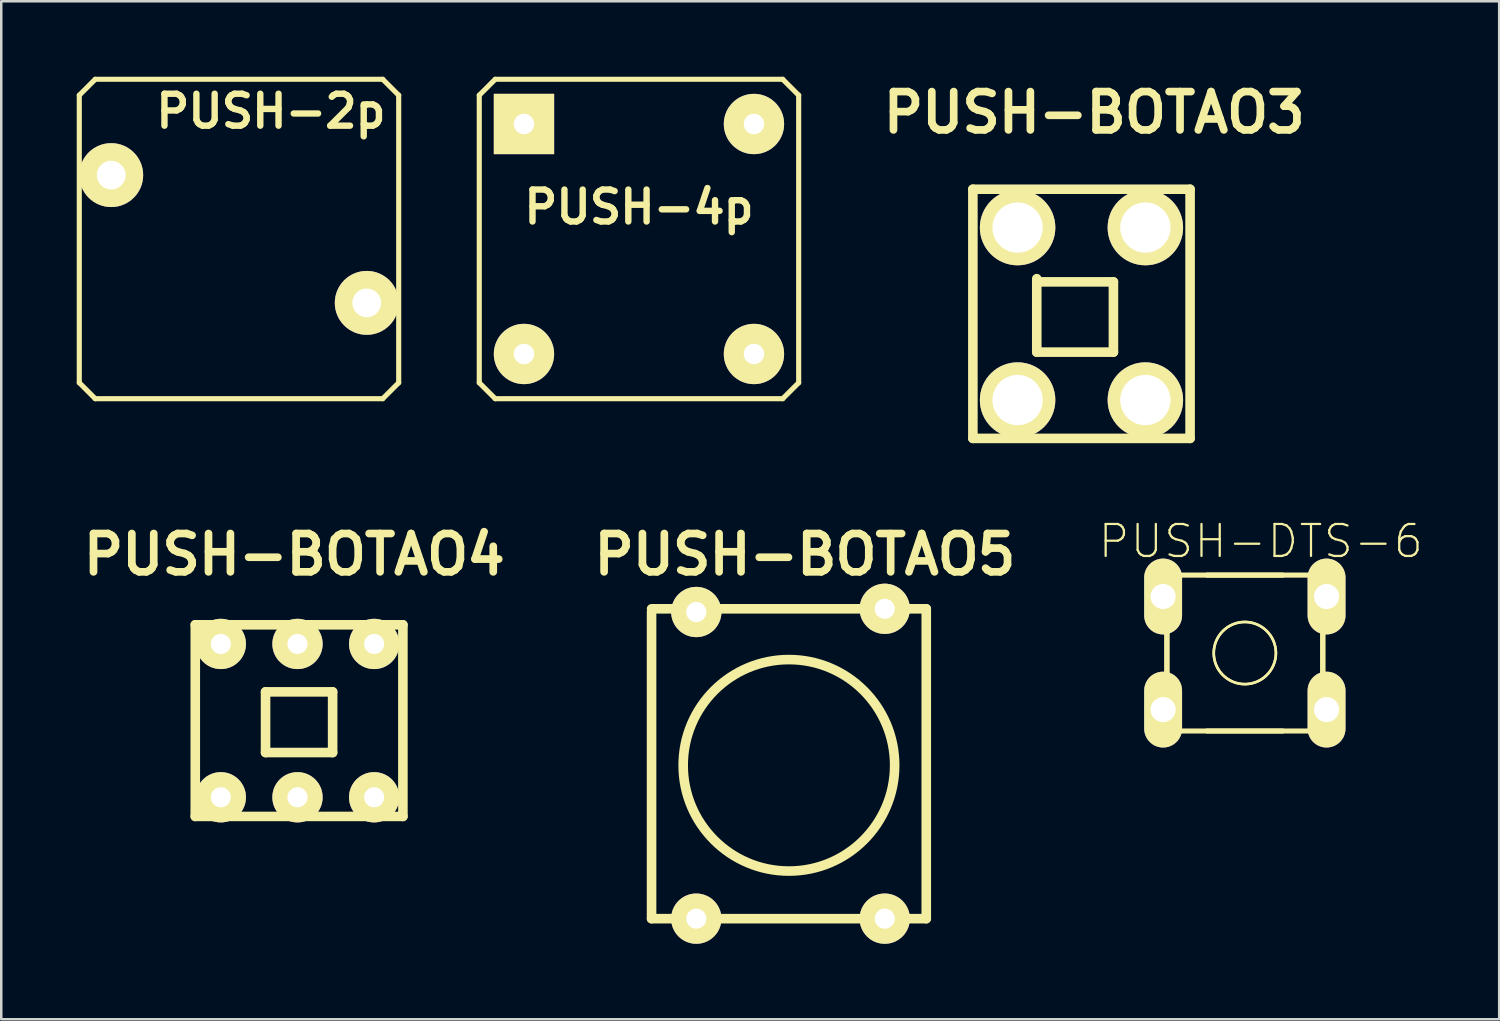
<source format=kicad_pcb>
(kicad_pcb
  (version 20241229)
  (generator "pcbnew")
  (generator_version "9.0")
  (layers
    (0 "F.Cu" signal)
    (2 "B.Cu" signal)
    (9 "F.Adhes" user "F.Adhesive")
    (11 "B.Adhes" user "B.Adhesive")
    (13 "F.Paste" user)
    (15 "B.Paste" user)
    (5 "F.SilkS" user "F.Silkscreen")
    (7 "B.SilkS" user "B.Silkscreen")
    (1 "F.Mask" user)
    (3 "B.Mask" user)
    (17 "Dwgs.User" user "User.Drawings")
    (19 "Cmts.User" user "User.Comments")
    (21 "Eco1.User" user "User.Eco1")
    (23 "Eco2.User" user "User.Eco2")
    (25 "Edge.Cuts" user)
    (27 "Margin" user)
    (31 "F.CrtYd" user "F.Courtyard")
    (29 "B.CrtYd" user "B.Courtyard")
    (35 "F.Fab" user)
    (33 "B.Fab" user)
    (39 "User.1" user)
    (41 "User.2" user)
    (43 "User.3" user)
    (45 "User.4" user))
  (footprint "PUSH-BOTAO3"
    (layer "F.Cu")
    (at 39.949 9.427)
    (property "Reference" "PUSH-BOTAO3" (at 0.508 -8.001 0) (layer "F.SilkS") (effects (font (size 1.524 1.524) (thickness 0.305))))
    (attr through_hole)
    (fp_line (start -4.318 -4.953) (end 4.318 -4.953) (stroke (width 0.381) (type solid)) (layer "F.SilkS"))
    (fp_line (start -4.318 4.953) (end -4.318 -4.953) (stroke (width 0.381) (type solid)) (layer "F.SilkS"))
    (fp_line (start -1.778 -1.397) (end -1.778 1.524) (stroke (width 0.381) (type solid)) (layer "F.SilkS"))
    (fp_line (start -1.778 1.524) (end 1.27 1.524) (stroke (width 0.381) (type solid)) (layer "F.SilkS"))
    (fp_line (start 1.27 -1.27) (end -1.651 -1.27) (stroke (width 0.381) (type solid)) (layer "F.SilkS"))
    (fp_line (start 1.27 1.524) (end 1.27 -1.27) (stroke (width 0.381) (type solid)) (layer "F.SilkS"))
    (fp_line (start 4.318 -4.953) (end 4.318 4.953) (stroke (width 0.381) (type solid)) (layer "F.SilkS"))
    (fp_line (start 4.318 4.953) (end -4.318 4.953) (stroke (width 0.381) (type solid)) (layer "F.SilkS"))
    (pad "1" thru_hole circle (at -2.54 3.429) (size 3 3) (drill 1.999) (layers "*.Cu" "*.Mask" "F.SilkS"))
    (pad "2" thru_hole circle (at 2.54 3.429) (size 3 3) (drill 1.999) (layers "*.Cu" "*.Mask" "F.SilkS"))
    (pad "3" thru_hole circle (at 2.54 -3.429) (size 3 3) (drill 1.999) (layers "*.Cu" "*.Mask" "F.SilkS"))
    (pad "4" thru_hole circle (at -2.54 -3.429) (size 3 3) (drill 1.999) (layers "*.Cu" "*.Mask" "F.SilkS")))
  (footprint "PUSH-DTS-6"
    (layer "F.Cu")
    (at 46.444 22.915)
    (property "Reference" "PUSH-DTS-6" (at 0.635 -4.445 0) (layer "F.SilkS") (effects (font (size 1.27 1.27) (thickness 0.089))))
    (attr exclude_from_pos_files exclude_from_bom)
    (fp_line (start -3.099 -3.099) (end 3.099 -3.099) (stroke (width 0.203) (type solid)) (layer "F.SilkS"))
    (fp_line (start -3.099 0.998) (end -3.099 -0.998) (stroke (width 0.203) (type solid)) (layer "F.SilkS"))
    (fp_line (start -3.099 3.099) (end -3.099 -3.099) (stroke (width 0.203) (type solid)) (layer "F.SilkS"))
    (fp_line (start 1.499 -3.099) (end -1.499 -3.099) (stroke (width 0.203) (type solid)) (layer "F.SilkS"))
    (fp_line (start 1.499 3.099) (end -1.499 3.099) (stroke (width 0.203) (type solid)) (layer "F.SilkS"))
    (fp_line (start 3.099 -3.099) (end 3.099 3.099) (stroke (width 0.203) (type solid)) (layer "F.SilkS"))
    (fp_line (start 3.099 0.998) (end 3.099 -0.998) (stroke (width 0.203) (type solid)) (layer "F.SilkS"))
    (fp_line (start 3.099 3.099) (end -3.099 3.099) (stroke (width 0.203) (type solid)) (layer "F.SilkS"))
    (fp_circle (center 0 0) (end -0.874 0.874) (stroke (width 0.102) (type solid)) (fill no) (layer "F.SilkS"))
    (fp_circle (center 0 0) (end -0.874 0.874) (stroke (width 0.102) (type solid)) (fill no) (layer "F.SilkS"))
    (pad "1" thru_hole oval (at -3.249 -2.248) (size 1.506 3.015) (drill 0.998) (layers "*.Cu" "F.Mask" "F.SilkS" "F.Paste"))
    (pad "2" thru_hole oval (at 3.249 -2.248) (size 1.506 3.015) (drill 0.998) (layers "*.Cu" "F.Mask" "F.SilkS" "F.Paste"))
    (pad "3" thru_hole oval (at -3.249 2.248) (size 1.506 3.015) (drill 0.998) (layers "*.Cu" "F.Mask" "F.SilkS" "F.Paste"))
    (pad "4" thru_hole oval (at 3.249 2.248) (size 1.506 3.015) (drill 0.998) (layers "*.Cu" "F.Mask" "F.SilkS" "F.Paste")))
  (footprint "PUSH-BOTAO5"
    (layer "F.Cu")
    (at 28.317 27.379)
    (property "Reference" "PUSH-BOTAO5" (at 0.635 -8.382 0) (layer "F.SilkS") (effects (font (size 1.524 1.524) (thickness 0.305))))
    (attr through_hole)
    (fp_line (start -5.461 -6.096) (end -5.461 6.096) (stroke (width 0.381) (type solid)) (layer "F.SilkS"))
    (fp_line (start -5.461 6.096) (end 5.461 6.096) (stroke (width 0.381) (type solid)) (layer "F.SilkS"))
    (fp_line (start 5.461 -6.223) (end -5.461 -6.223) (stroke (width 0.381) (type solid)) (layer "F.SilkS"))
    (fp_line (start 5.461 6.096) (end 5.461 -6.223) (stroke (width 0.381) (type solid)) (layer "F.SilkS"))
    (fp_circle (center 0 0) (end 3.81 -1.778) (stroke (width 0.381) (type solid)) (fill no) (layer "F.SilkS"))
    (pad "7" thru_hole circle (at -3.683 6.096) (size 1.999 1.999) (drill 0.8) (layers "*.Cu" "*.Mask" "F.SilkS"))
    (pad "8" thru_hole circle (at 3.81 6.096) (size 1.999 1.999) (drill 0.8) (layers "*.Cu" "*.Mask" "F.SilkS"))
    (pad "10" thru_hole circle (at 3.81 -6.223) (size 1.999 1.999) (drill 0.8) (layers "*.Cu" "*.Mask" "F.SilkS"))
    (pad "11" thru_hole circle (at -3.683 -6.096) (size 1.999 1.999) (drill 0.8) (layers "*.Cu" "*.Mask" "F.SilkS")))
  (footprint "PUSH-2p"
    (layer "F.Cu")
    (at 6.452 6.452)
    (property "Reference" "PUSH-2p" (at 1.27 -5.08 0) (layer "F.SilkS") (effects (font (size 1.27 1.27) (thickness 0.254))))
    (attr through_hole)
    (fp_line (start -6.35 -5.715) (end -5.715 -6.35) (stroke (width 0.203) (type solid)) (layer "F.SilkS"))
    (fp_line (start -6.35 5.715) (end -6.35 -5.715) (stroke (width 0.203) (type solid)) (layer "F.SilkS"))
    (fp_line (start -5.715 -6.35) (end 5.715 -6.35) (stroke (width 0.203) (type solid)) (layer "F.SilkS"))
    (fp_line (start -5.715 6.35) (end -6.35 5.715) (stroke (width 0.203) (type solid)) (layer "F.SilkS"))
    (fp_line (start 5.715 -6.35) (end 6.35 -5.715) (stroke (width 0.203) (type solid)) (layer "F.SilkS"))
    (fp_line (start 5.715 6.35) (end -5.715 6.35) (stroke (width 0.203) (type solid)) (layer "F.SilkS"))
    (fp_line (start 6.35 -5.715) (end 6.35 5.715) (stroke (width 0.203) (type solid)) (layer "F.SilkS"))
    (fp_line (start 6.35 5.715) (end 5.715 6.35) (stroke (width 0.203) (type solid)) (layer "F.SilkS"))
    (pad "1" thru_hole circle (at -5.08 -2.54) (size 2.54 2.54) (drill 1.143) (layers "*.Cu" "*.Mask" "F.SilkS"))
    (pad "2" thru_hole circle (at 5.08 2.54) (size 2.54 2.54) (drill 1.143) (layers "*.Cu" "*.Mask" "F.SilkS")))
  (footprint "PUSH-BOTAO4"
    (layer "F.Cu")
    (at 8.778 25.601)
    (property "Reference" "PUSH-BOTAO4" (at -0.127 -6.604 0) (layer "F.SilkS") (effects (font (size 1.524 1.524) (thickness 0.305))))
    (attr through_hole)
    (fp_line (start -4.064 -3.81) (end 4.191 -3.81) (stroke (width 0.381) (type solid)) (layer "F.SilkS"))
    (fp_line (start -4.064 3.81) (end -4.064 -3.81) (stroke (width 0.381) (type solid)) (layer "F.SilkS"))
    (fp_line (start -1.27 -1.143) (end -1.27 1.27) (stroke (width 0.381) (type solid)) (layer "F.SilkS"))
    (fp_line (start -1.27 1.27) (end 1.397 1.27) (stroke (width 0.381) (type solid)) (layer "F.SilkS"))
    (fp_line (start 1.397 -1.143) (end -1.27 -1.143) (stroke (width 0.381) (type solid)) (layer "F.SilkS"))
    (fp_line (start 1.397 1.27) (end 1.397 -1.143) (stroke (width 0.381) (type solid)) (layer "F.SilkS"))
    (fp_line (start 4.191 -3.81) (end 4.191 3.81) (stroke (width 0.381) (type solid)) (layer "F.SilkS"))
    (fp_line (start 4.191 3.81) (end -4.064 3.81) (stroke (width 0.381) (type solid)) (layer "F.SilkS"))
    (pad "1" thru_hole circle (at -3.048 3.048) (size 1.999 1.999) (drill 0.8) (layers "*.Cu" "*.Mask" "F.SilkS"))
    (pad "2" thru_hole circle (at 0 3.048) (size 1.999 1.999) (drill 0.8) (layers "*.Cu" "*.Mask" "F.SilkS"))
    (pad "3" thru_hole circle (at 3.048 3.048) (size 0.001 0.001) (drill 0.8) (layers "*.Cu" "*.Mask" "F.SilkS"))
    (pad "3" thru_hole circle (at 3.048 3.048) (size 1.999 1.999) (drill 0.8) (layers "*.Cu" "*.Mask" "F.SilkS"))
    (pad "4" thru_hole circle (at -3.048 -3.048) (size 1.999 1.999) (drill 0.8) (layers "*.Cu" "*.Mask" "F.SilkS"))
    (pad "5" thru_hole circle (at 0 -3.048) (size 1.999 1.999) (drill 0.8) (layers "*.Cu" "*.Mask" "F.SilkS"))
    (pad "6" thru_hole circle (at 3.048 -3.048) (size 1.999 1.999) (drill 0.8) (layers "*.Cu" "*.Mask" "F.SilkS"))
    (pad "10" thru_hole circle (at 3.048 3.048) (size 0.001 0.001) (drill 0.8) (layers "*.Cu" "*.Mask" "F.SilkS")))
  (footprint "PUSH-4p"
    (layer "F.Cu")
    (at 22.355 6.452)
    (property "Reference" "PUSH-4p" (at 0 -1.27 0) (layer "F.SilkS") (effects (font (size 1.27 1.27) (thickness 0.254))))
    (attr through_hole)
    (fp_line (start -6.35 -5.715) (end -5.715 -6.35) (stroke (width 0.203) (type solid)) (layer "F.SilkS"))
    (fp_line (start -6.35 5.715) (end -6.35 -5.715) (stroke (width 0.203) (type solid)) (layer "F.SilkS"))
    (fp_line (start -5.715 -6.35) (end 5.715 -6.35) (stroke (width 0.203) (type solid)) (layer "F.SilkS"))
    (fp_line (start -5.715 6.35) (end -6.35 5.715) (stroke (width 0.203) (type solid)) (layer "F.SilkS"))
    (fp_line (start 5.715 -6.35) (end 6.35 -5.715) (stroke (width 0.203) (type solid)) (layer "F.SilkS"))
    (fp_line (start 5.715 6.35) (end -5.715 6.35) (stroke (width 0.203) (type solid)) (layer "F.SilkS"))
    (fp_line (start 6.35 -5.715) (end 6.35 5.715) (stroke (width 0.203) (type solid)) (layer "F.SilkS"))
    (fp_line (start 6.35 5.715) (end 5.715 6.35) (stroke (width 0.203) (type solid)) (layer "F.SilkS"))
    (pad "1" thru_hole rect (at -4.572 -4.572) (size 2.398 2.398) (drill 0.813) (layers "*.Cu" "*.Mask" "F.SilkS"))
    (pad "2" thru_hole circle (at 4.572 -4.572) (size 2.398 2.398) (drill 0.813) (layers "*.Cu" "*.Mask" "F.SilkS"))
    (pad "3" thru_hole circle (at -4.572 4.572) (size 2.398 2.398) (drill 0.813) (layers "*.Cu" "*.Mask" "F.SilkS"))
    (pad "4" thru_hole circle (at 4.572 4.572) (size 2.398 2.398) (drill 0.813) (layers "*.Cu" "*.Mask" "F.SilkS")))
  (gr_rect
    (start -3 -3)
    (end 56.557 37.475)
    (stroke (width 0.1) (type default))
    (fill no)
    (layer "Edge.Cuts")))
</source>
